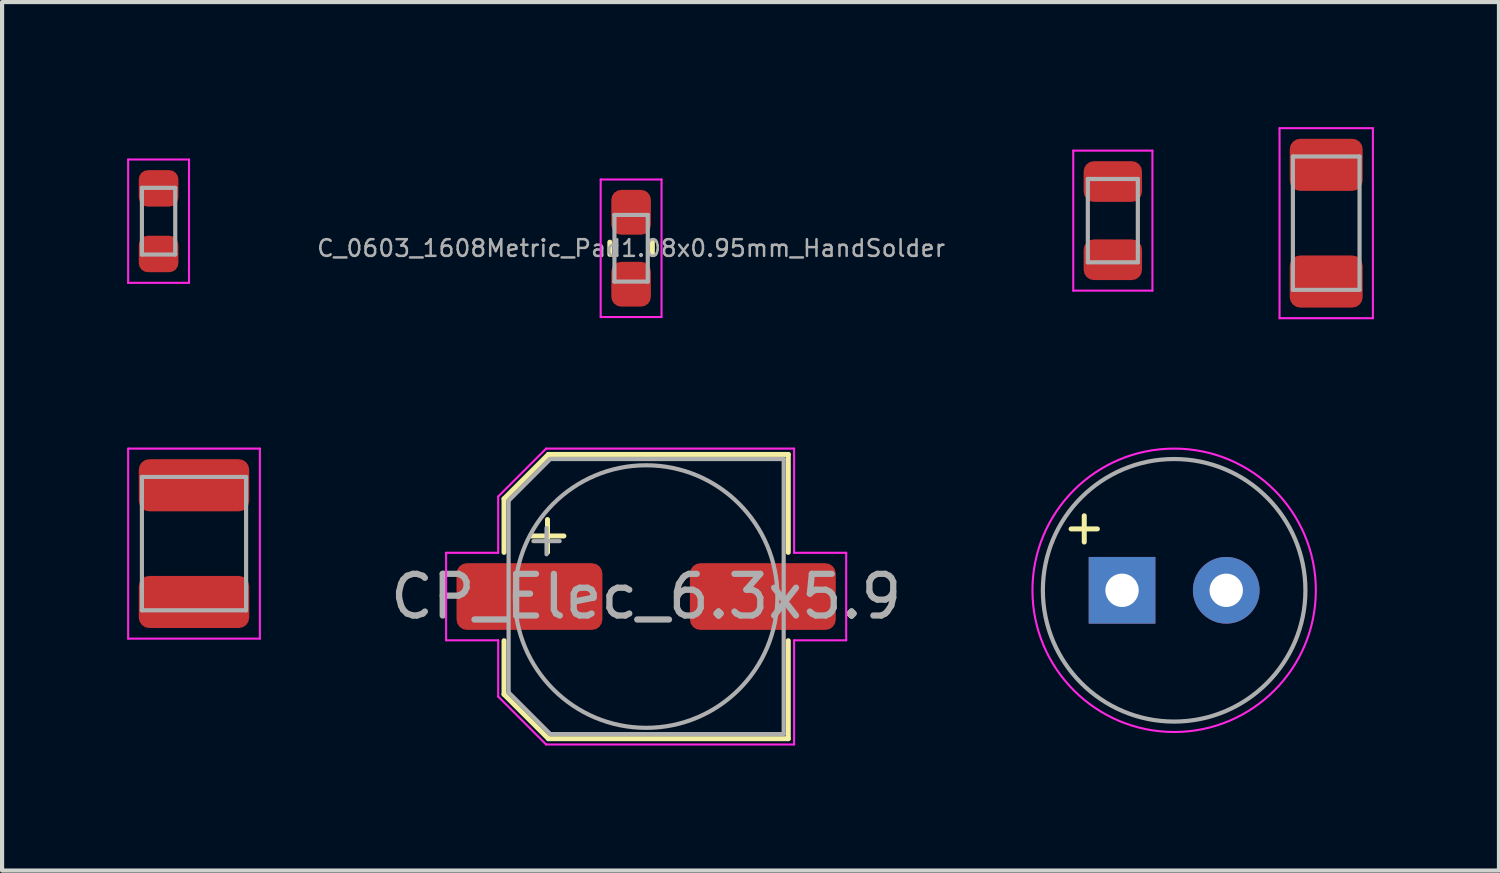
<source format=kicad_pcb>
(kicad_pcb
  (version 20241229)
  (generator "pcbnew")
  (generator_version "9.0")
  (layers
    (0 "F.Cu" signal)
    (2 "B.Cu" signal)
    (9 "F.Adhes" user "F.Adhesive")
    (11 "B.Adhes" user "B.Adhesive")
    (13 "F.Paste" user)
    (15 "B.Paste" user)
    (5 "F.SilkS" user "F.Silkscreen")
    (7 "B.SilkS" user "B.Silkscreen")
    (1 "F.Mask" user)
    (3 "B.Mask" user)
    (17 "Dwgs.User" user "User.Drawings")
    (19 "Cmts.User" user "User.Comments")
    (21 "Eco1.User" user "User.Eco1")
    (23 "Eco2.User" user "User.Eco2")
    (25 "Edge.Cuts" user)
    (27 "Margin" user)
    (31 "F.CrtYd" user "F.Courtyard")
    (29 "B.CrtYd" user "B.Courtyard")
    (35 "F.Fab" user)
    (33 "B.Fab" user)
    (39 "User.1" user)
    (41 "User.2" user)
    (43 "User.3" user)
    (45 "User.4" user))
  (footprint "CP_Elec_6.3x5.9"
    (layer "F.Cu")
    (at 12.454 11.264)
    (property "Reference" "CP_Elec_6.3x5.9" (at 0.102 -1.003 0) (layer "Eco2.User") (effects (font (size 0.3 0.3) (thickness 0.075))))
    (attr smd)
    (fp_line (start -3.41 -2.346) (end -3.41 -1.06) (stroke (width 0.12) (type solid)) (layer "F.SilkS"))
    (fp_line (start -3.41 -2.346) (end -2.346 -3.41) (stroke (width 0.12) (type solid)) (layer "F.SilkS"))
    (fp_line (start -3.41 2.346) (end -3.41 1.06) (stroke (width 0.12) (type solid)) (layer "F.SilkS"))
    (fp_line (start -3.41 2.346) (end -2.346 3.41) (stroke (width 0.12) (type solid)) (layer "F.SilkS"))
    (fp_line (start -2.761 -1.454) (end -1.974 -1.454) (stroke (width 0.12) (type solid)) (layer "F.SilkS"))
    (fp_line (start -2.367 -1.848) (end -2.367 -1.06) (stroke (width 0.12) (type solid)) (layer "F.SilkS"))
    (fp_line (start -2.346 -3.41) (end 3.41 -3.41) (stroke (width 0.12) (type solid)) (layer "F.SilkS"))
    (fp_line (start -2.346 3.41) (end 3.41 3.41) (stroke (width 0.12) (type solid)) (layer "F.SilkS"))
    (fp_line (start 3.41 -3.41) (end 3.41 -1.06) (stroke (width 0.12) (type solid)) (layer "F.SilkS"))
    (fp_line (start 3.41 3.41) (end 3.41 1.06) (stroke (width 0.12) (type solid)) (layer "F.SilkS"))
    (fp_line (start -4.8 -1.05) (end -4.8 1.05) (stroke (width 0.05) (type solid)) (layer "F.CrtYd"))
    (fp_line (start -4.8 1.05) (end -3.55 1.05) (stroke (width 0.05) (type solid)) (layer "F.CrtYd"))
    (fp_line (start -3.55 -2.4) (end -3.55 -1.05) (stroke (width 0.05) (type solid)) (layer "F.CrtYd"))
    (fp_line (start -3.55 -2.4) (end -2.4 -3.55) (stroke (width 0.05) (type solid)) (layer "F.CrtYd"))
    (fp_line (start -3.55 -1.05) (end -4.8 -1.05) (stroke (width 0.05) (type solid)) (layer "F.CrtYd"))
    (fp_line (start -3.55 1.05) (end -3.55 2.4) (stroke (width 0.05) (type solid)) (layer "F.CrtYd"))
    (fp_line (start -3.55 2.4) (end -2.4 3.55) (stroke (width 0.05) (type solid)) (layer "F.CrtYd"))
    (fp_line (start -2.4 -3.55) (end 3.55 -3.55) (stroke (width 0.05) (type solid)) (layer "F.CrtYd"))
    (fp_line (start -2.4 3.55) (end 3.55 3.55) (stroke (width 0.05) (type solid)) (layer "F.CrtYd"))
    (fp_line (start 3.55 -3.55) (end 3.55 -1.05) (stroke (width 0.05) (type solid)) (layer "F.CrtYd"))
    (fp_line (start 3.55 -1.05) (end 4.8 -1.05) (stroke (width 0.05) (type solid)) (layer "F.CrtYd"))
    (fp_line (start 3.55 1.05) (end 3.55 3.55) (stroke (width 0.05) (type solid)) (layer "F.CrtYd"))
    (fp_line (start 4.8 -1.05) (end 4.8 1.05) (stroke (width 0.05) (type solid)) (layer "F.CrtYd"))
    (fp_line (start 4.8 1.05) (end 3.55 1.05) (stroke (width 0.05) (type solid)) (layer "F.CrtYd"))
    (fp_line (start -3.3 -2.3) (end -3.3 2.3) (stroke (width 0.1) (type solid)) (layer "F.Fab"))
    (fp_line (start -3.3 -2.3) (end -2.3 -3.3) (stroke (width 0.1) (type solid)) (layer "F.Fab"))
    (fp_line (start -3.3 2.3) (end -2.3 3.3) (stroke (width 0.1) (type solid)) (layer "F.Fab"))
    (fp_line (start -2.705 -1.33) (end -2.075 -1.33) (stroke (width 0.1) (type solid)) (layer "F.Fab"))
    (fp_line (start -2.39 -1.645) (end -2.39 -1.015) (stroke (width 0.1) (type solid)) (layer "F.Fab"))
    (fp_line (start -2.3 -3.3) (end 3.3 -3.3) (stroke (width 0.1) (type solid)) (layer "F.Fab"))
    (fp_line (start -2.3 3.3) (end 3.3 3.3) (stroke (width 0.1) (type solid)) (layer "F.Fab"))
    (fp_line (start 3.3 -3.3) (end 3.3 3.3) (stroke (width 0.1) (type solid)) (layer "F.Fab"))
    (fp_circle (center 0 0) (end 3.15 0) (stroke (width 0.1) (type solid)) (fill no) (layer "F.Fab"))
    (fp_text user "${REFERENCE}" (at 0 0 0) (layer "F.Fab") (effects (font (size 1 1) (thickness 0.15))))
    (pad "1" smd roundrect (at -2.8 0) (size 3.5 1.6) (layers "F.Cu" "F.Mask" "F.Paste") (roundrect_rratio 0.156))
    (pad "2" smd roundrect (at 2.8 0) (size 3.5 1.6) (layers "F.Cu" "F.Mask" "F.Paste") (roundrect_rratio 0.156)))
  (footprint "CP_Radial_D6.3mm_P2.50mm"
    (layer "F.Cu")
    (at 23.873 11.114)
    (property "Reference" "CP_Radial_D6.3mm_P2.50mm" (at 1.41 -1.473 0) (layer "Eco2.User") (effects (font (size 0.3 0.3) (thickness 0.075))))
    (attr through_hole)
    (fp_line (start -1.222 -1.473) (end -0.592 -1.473) (stroke (width 0.12) (type solid)) (layer "F.SilkS"))
    (fp_line (start -0.907 -1.788) (end -0.907 -1.158) (stroke (width 0.12) (type solid)) (layer "F.SilkS"))
    (fp_circle (center 1.25 0) (end 4.65 0) (stroke (width 0.05) (type solid)) (fill no) (layer "F.CrtYd"))
    (fp_circle (center 1.25 0) (end 4.4 0) (stroke (width 0.1) (type solid)) (fill no) (layer "F.Fab"))
    (pad "1" thru_hole rect (at 0 0) (size 1.6 1.6) (drill 0.8) (layers "*.Cu" "*.Mask"))
    (pad "2" thru_hole circle (at 2.5 0) (size 1.6 1.6) (drill 0.8) (layers "*.Cu" "*.Mask")))
  (footprint "C_0805_2012Metric"
    (layer "F.Cu")
    (at 23.652 2.244)
    (property "Reference" "C_0805_2012Metric" (at 0.051 0.038 90) (layer "Eco2.User") (effects (font (size 0.3 0.3) (thickness 0.075))))
    (attr smd)
    (fp_line (start -0.95 -1.68) (end 0.95 -1.68) (stroke (width 0.05) (type solid)) (layer "F.CrtYd"))
    (fp_line (start -0.95 1.68) (end -0.95 -1.68) (stroke (width 0.05) (type solid)) (layer "F.CrtYd"))
    (fp_line (start 0.95 -1.68) (end 0.95 1.68) (stroke (width 0.05) (type solid)) (layer "F.CrtYd"))
    (fp_line (start 0.95 1.68) (end -0.95 1.68) (stroke (width 0.05) (type solid)) (layer "F.CrtYd"))
    (fp_line (start -0.6 -1) (end 0.6 -1) (stroke (width 0.1) (type solid)) (layer "F.Fab"))
    (fp_line (start -0.6 1) (end -0.6 -1) (stroke (width 0.1) (type solid)) (layer "F.Fab"))
    (fp_line (start 0.6 -1) (end 0.6 1) (stroke (width 0.1) (type solid)) (layer "F.Fab"))
    (fp_line (start 0.6 1) (end -0.6 1) (stroke (width 0.1) (type solid)) (layer "F.Fab"))
    (pad "1" smd roundrect (at 0 -0.938 270) (size 0.975 1.4) (layers "F.Cu" "F.Mask" "F.Paste") (roundrect_rratio 0.25))
    (pad "2" smd roundrect (at 0 0.938 270) (size 0.975 1.4) (layers "F.Cu" "F.Mask" "F.Paste") (roundrect_rratio 0.25)))
  (footprint "C_0603_1608Metric_Pad1.08x0.95mm_HandSolder"
    (layer "F.Cu")
    (at 12.093 2.907)
    (property "Reference" "C_0603_1608Metric_Pad1.08x0.95mm_HandSolder" (at 0.1 -2.6 0) (layer "Eco2.User") (effects (font (size 0.3 0.3) (thickness 0.075))))
    (attr smd)
    (fp_line (start -0.51 0.146) (end -0.51 -0.146) (stroke (width 0.12) (type solid)) (layer "F.SilkS"))
    (fp_line (start 0.51 0.146) (end 0.51 -0.146) (stroke (width 0.12) (type solid)) (layer "F.SilkS"))
    (fp_line (start -0.73 -1.65) (end 0.73 -1.65) (stroke (width 0.05) (type solid)) (layer "F.CrtYd"))
    (fp_line (start -0.73 1.65) (end -0.73 -1.65) (stroke (width 0.05) (type solid)) (layer "F.CrtYd"))
    (fp_line (start 0.73 -1.65) (end 0.73 1.65) (stroke (width 0.05) (type solid)) (layer "F.CrtYd"))
    (fp_line (start 0.73 1.65) (end -0.73 1.65) (stroke (width 0.05) (type solid)) (layer "F.CrtYd"))
    (fp_line (start -0.4 -0.8) (end 0.4 -0.8) (stroke (width 0.1) (type solid)) (layer "F.Fab"))
    (fp_line (start -0.4 0.8) (end -0.4 -0.8) (stroke (width 0.1) (type solid)) (layer "F.Fab"))
    (fp_line (start 0.4 -0.8) (end 0.4 0.8) (stroke (width 0.1) (type solid)) (layer "F.Fab"))
    (fp_line (start 0.4 0.8) (end -0.4 0.8) (stroke (width 0.1) (type solid)) (layer "F.Fab"))
    (fp_text user "${REFERENCE}" (at 0 0 0) (layer "F.Fab") (effects (font (size 0.4 0.4) (thickness 0.06))))
    (pad "1" smd roundrect (at 0 0.863 90) (size 1.075 0.95) (layers "F.Cu" "F.Mask" "F.Paste") (roundrect_rratio 0.25))
    (pad "2" smd roundrect (at 0 -0.863 90) (size 1.075 0.95) (layers "F.Cu" "F.Mask" "F.Paste") (roundrect_rratio 0.25)))
  (footprint "C_0603_1608Metric"
    (layer "F.Cu")
    (at 0.755 2.257)
    (property "Reference" "C_0603_1608Metric" (at -0.013 0.025 90) (layer "Eco2.User") (effects (font (size 0.3 0.3) (thickness 0.075))))
    (attr smd)
    (fp_line (start -0.73 -1.48) (end 0.73 -1.48) (stroke (width 0.05) (type solid)) (layer "F.CrtYd"))
    (fp_line (start -0.73 1.48) (end -0.73 -1.48) (stroke (width 0.05) (type solid)) (layer "F.CrtYd"))
    (fp_line (start 0.73 -1.48) (end 0.73 1.48) (stroke (width 0.05) (type solid)) (layer "F.CrtYd"))
    (fp_line (start 0.73 1.48) (end -0.73 1.48) (stroke (width 0.05) (type solid)) (layer "F.CrtYd"))
    (fp_line (start -0.4 -0.8) (end 0.4 -0.8) (stroke (width 0.1) (type solid)) (layer "F.Fab"))
    (fp_line (start -0.4 0.8) (end -0.4 -0.8) (stroke (width 0.1) (type solid)) (layer "F.Fab"))
    (fp_line (start 0.4 -0.8) (end 0.4 0.8) (stroke (width 0.1) (type solid)) (layer "F.Fab"))
    (fp_line (start 0.4 0.8) (end -0.4 0.8) (stroke (width 0.1) (type solid)) (layer "F.Fab"))
    (pad "1" smd roundrect (at 0 -0.787 270) (size 0.875 0.95) (layers "F.Cu" "F.Mask" "F.Paste") (roundrect_rratio 0.25))
    (pad "2" smd roundrect (at 0 0.787 270) (size 0.875 0.95) (layers "F.Cu" "F.Mask" "F.Paste") (roundrect_rratio 0.25)))
  (footprint "C_1210_3225Metric"
    (layer "F.Cu")
    (at 1.605 9.994)
    (property "Reference" "C_1210_3225Metric" (at -0.038 0.114 90) (layer "Eco2.User") (effects (font (size 0.3 0.3) (thickness 0.075))))
    (attr smd)
    (fp_line (start -1.58 -2.28) (end 1.58 -2.28) (stroke (width 0.05) (type solid)) (layer "F.CrtYd"))
    (fp_line (start -1.58 2.28) (end -1.58 -2.28) (stroke (width 0.05) (type solid)) (layer "F.CrtYd"))
    (fp_line (start 1.58 -2.28) (end 1.58 2.28) (stroke (width 0.05) (type solid)) (layer "F.CrtYd"))
    (fp_line (start 1.58 2.28) (end -1.58 2.28) (stroke (width 0.05) (type solid)) (layer "F.CrtYd"))
    (fp_line (start -1.25 -1.6) (end 1.25 -1.6) (stroke (width 0.1) (type solid)) (layer "F.Fab"))
    (fp_line (start -1.25 1.6) (end -1.25 -1.6) (stroke (width 0.1) (type solid)) (layer "F.Fab"))
    (fp_line (start 1.25 -1.6) (end 1.25 1.6) (stroke (width 0.1) (type solid)) (layer "F.Fab"))
    (fp_line (start 1.25 1.6) (end -1.25 1.6) (stroke (width 0.1) (type solid)) (layer "F.Fab"))
    (pad "1" smd roundrect (at 0 -1.4 270) (size 1.25 2.65) (layers "F.Cu" "F.Mask" "F.Paste") (roundrect_rratio 0.2))
    (pad "2" smd roundrect (at 0 1.4 270) (size 1.25 2.65) (layers "F.Cu" "F.Mask" "F.Paste") (roundrect_rratio 0.2)))
  (footprint "C_1206_3216Metric"
    (layer "F.Cu")
    (at 28.772 2.305)
    (property "Reference" "C_1206_3216Metric" (at 0.064 0.102 90) (layer "Eco2.User") (effects (font (size 0.3 0.3) (thickness 0.075))))
    (attr smd)
    (fp_line (start -1.12 -2.28) (end 1.12 -2.28) (stroke (width 0.05) (type solid)) (layer "F.CrtYd"))
    (fp_line (start -1.12 2.28) (end -1.12 -2.28) (stroke (width 0.05) (type solid)) (layer "F.CrtYd"))
    (fp_line (start 1.12 -2.28) (end 1.12 2.28) (stroke (width 0.05) (type solid)) (layer "F.CrtYd"))
    (fp_line (start 1.12 2.28) (end -1.12 2.28) (stroke (width 0.05) (type solid)) (layer "F.CrtYd"))
    (fp_line (start -0.8 -1.6) (end 0.8 -1.6) (stroke (width 0.1) (type solid)) (layer "F.Fab"))
    (fp_line (start -0.8 1.6) (end -0.8 -1.6) (stroke (width 0.1) (type solid)) (layer "F.Fab"))
    (fp_line (start 0.8 -1.6) (end 0.8 1.6) (stroke (width 0.1) (type solid)) (layer "F.Fab"))
    (fp_line (start 0.8 1.6) (end -0.8 1.6) (stroke (width 0.1) (type solid)) (layer "F.Fab"))
    (pad "1" smd roundrect (at 0 -1.4 270) (size 1.25 1.75) (layers "F.Cu" "F.Mask" "F.Paste") (roundrect_rratio 0.2))
    (pad "2" smd roundrect (at 0 1.4 270) (size 1.25 1.75) (layers "F.Cu" "F.Mask" "F.Paste") (roundrect_rratio 0.2)))
  (gr_rect
    (start -3 -3)
    (end 32.917 17.839)
    (stroke (width 0.1) (type default))
    (fill no)
    (layer "Edge.Cuts")))
</source>
